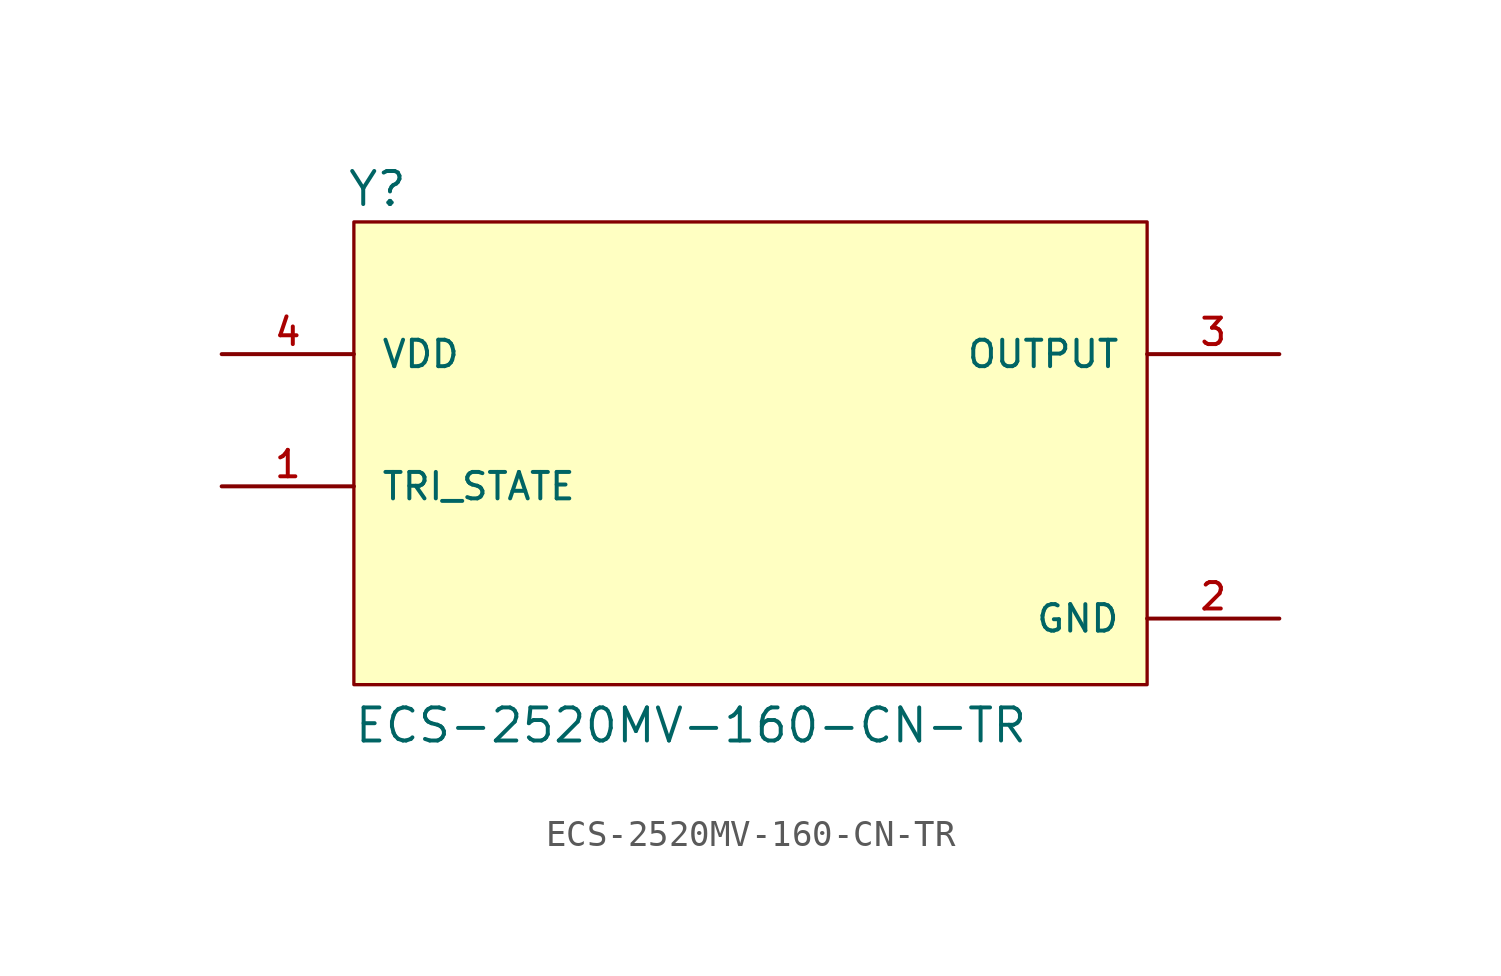
<source format=kicad_sym>
(kicad_symbol_lib
  (version 20211014)
  (generator kicad_symbol_editor)
  (symbol "ECS-2520MV-160-CN-TR"
    (pin_names
      (offset 1.016))
    (property "Reference" "Y"
      (at -15.525 8.144 0)
      (effects (font (size 1.27 1.27)) (justify bottom left)))
    (property "Value" "ECS-2520MV-160-CN-TR"
      (at -15.268 -12.469 0)
      (effects (font (size 1.27 1.27)) (justify bottom left)))
    (symbol "ECS-2520MV-160-CN-TR_0_0"
      (rectangle (start -15.24 -10.16) (end 15.24 7.62) (stroke (width 0.127)) (fill (type background)))
      (pin input line (at -20.32 -2.54 0) (length 5.08) (name "TRI_STATE" (effects (font (size 1.016 1.016)))) (number "1" (effects (font (size 1.016 1.016)))))
      (pin output line (at 20.32 2.54 180.0) (length 5.08) (name "OUTPUT" (effects (font (size 1.016 1.016)))) (number "3" (effects (font (size 1.016 1.016)))))
      (pin input line (at -20.32 2.54 0) (length 5.08) (name "VDD" (effects (font (size 1.016 1.016)))) (number "4" (effects (font (size 1.016 1.016)))))
      (pin power_in line (at 20.32 -7.62 180.0) (length 5.08) (name "GND" (effects (font (size 1.016 1.016)))) (number "2" (effects (font (size 1.016 1.016))))))))
</source>
